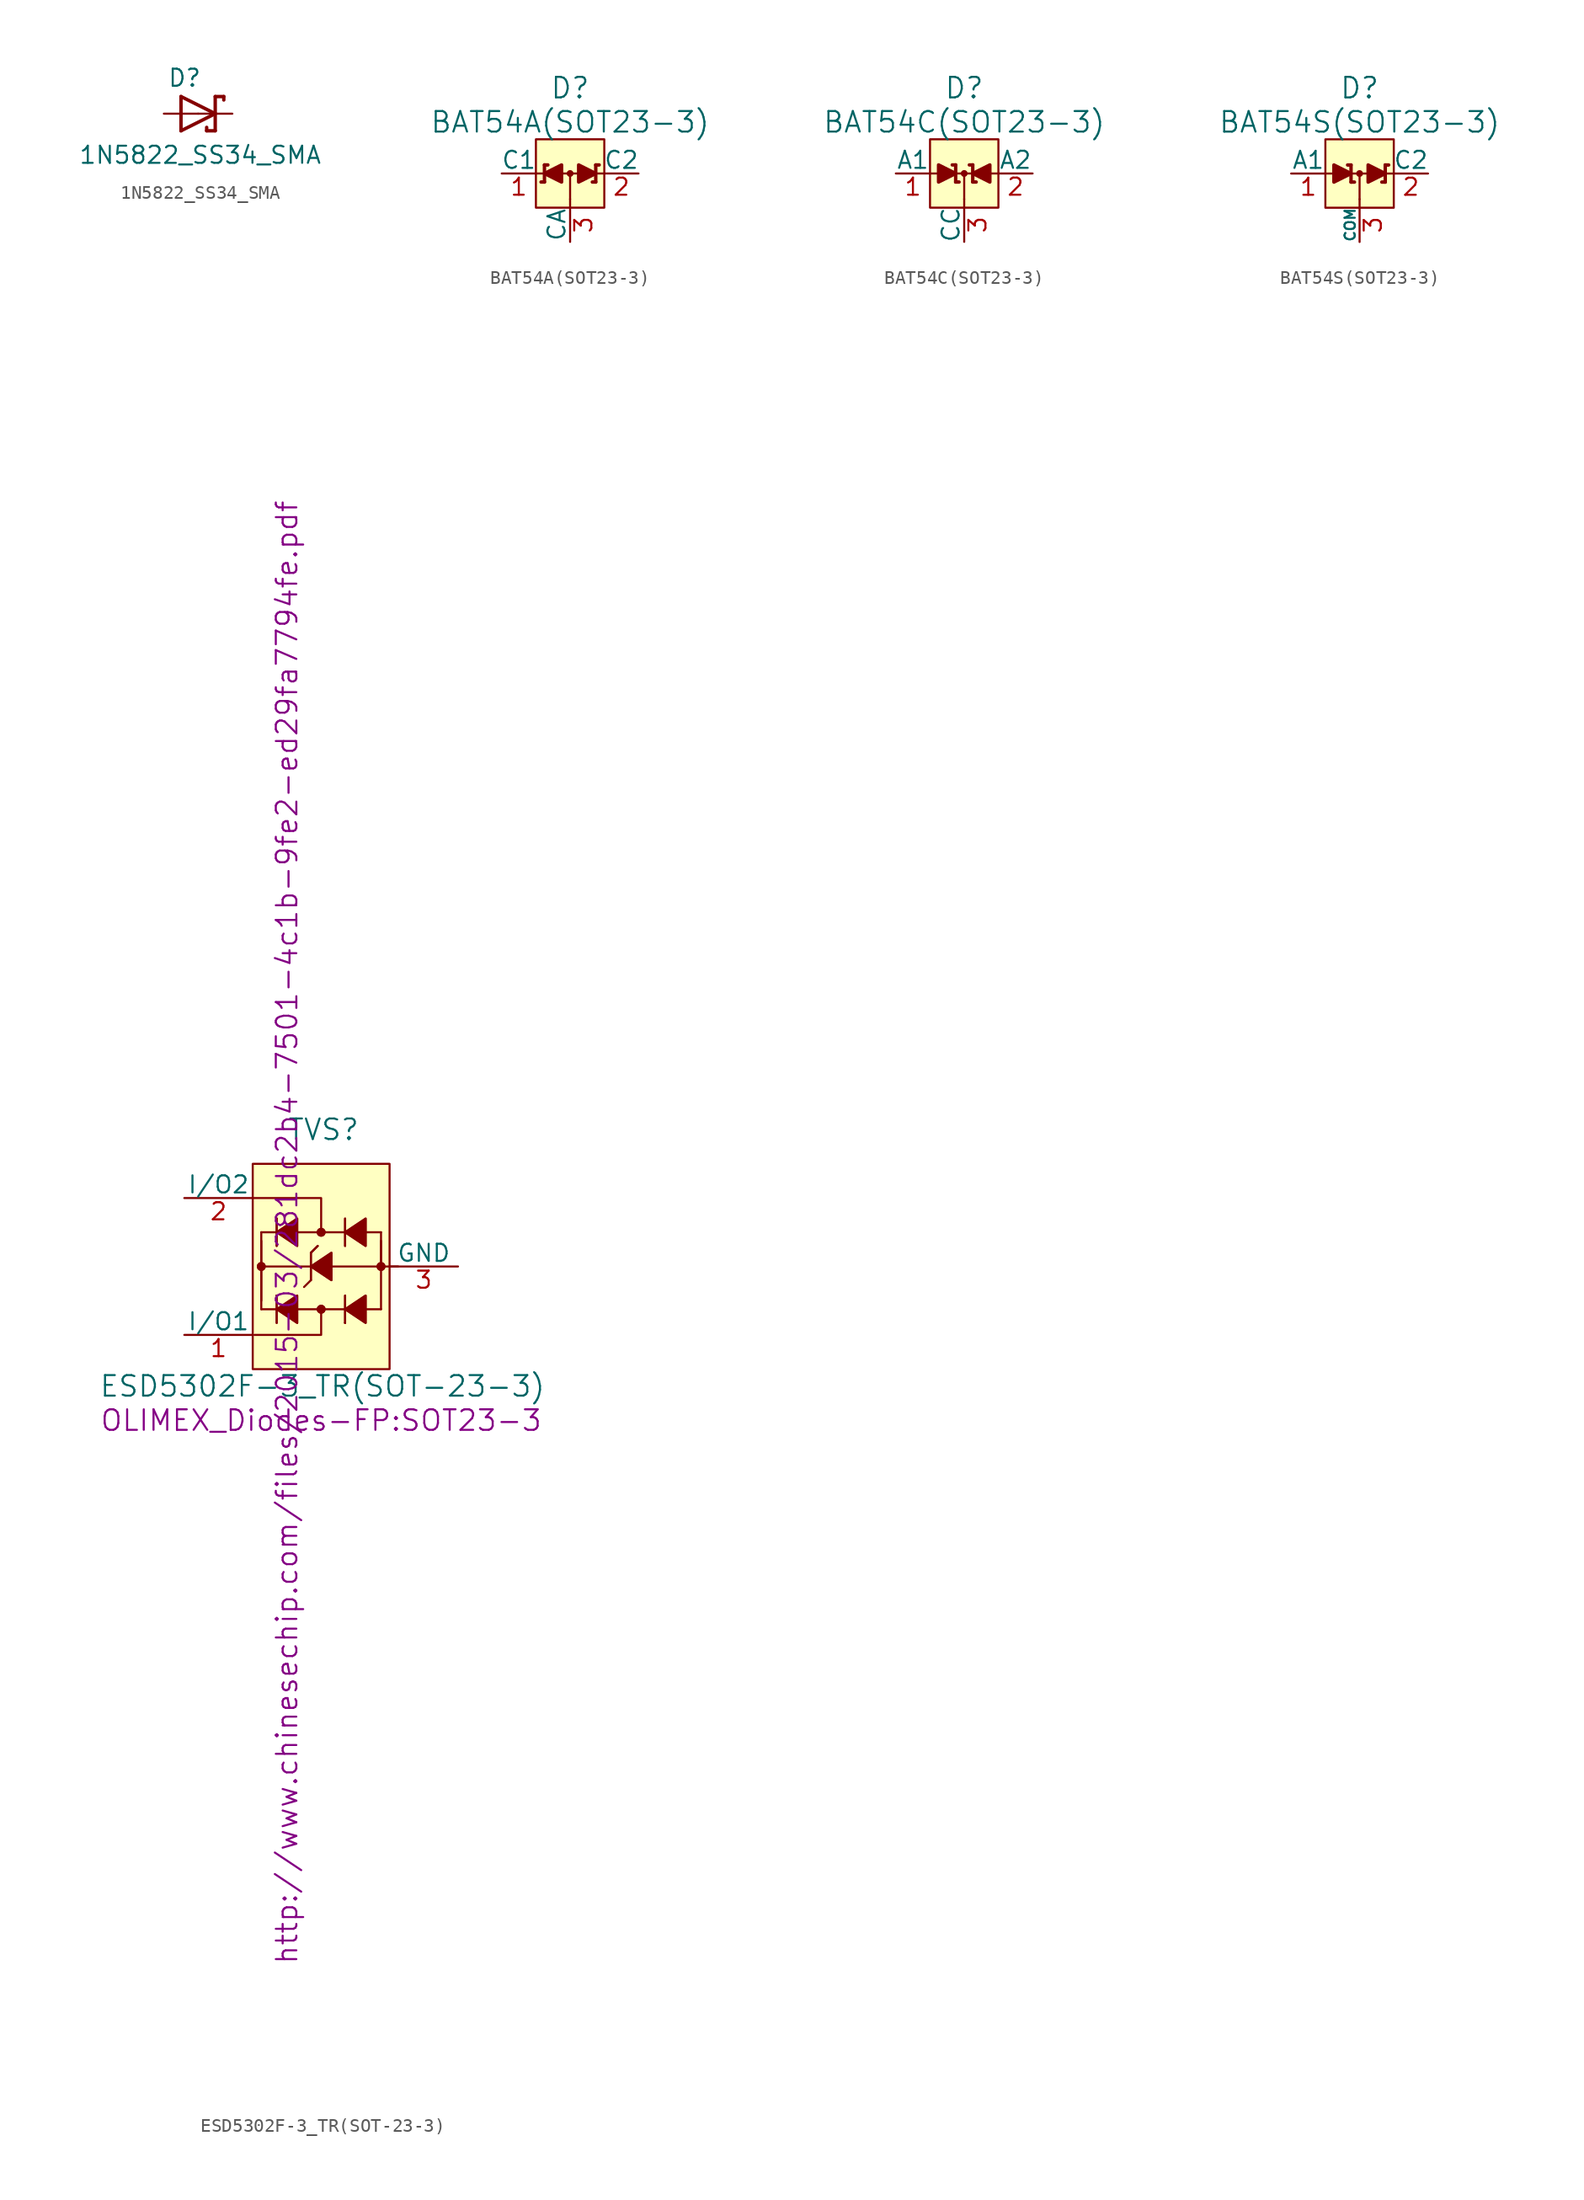
<source format=kicad_sym>
(kicad_symbol_lib
  (version 20211014)
  (generator kicad_symbol_editor)
  (symbol "1N5822_SS34_SMA"
    (pin_numbers hide)
    (pin_names
      (offset 1.016) hide)
    (property "Reference" "D"
      (at -2.286 1.905 0)
      (effects (font (size 1.27 1.27)) (justify left bottom)))
    (property "Value" "1N5822_SS34_SMA"
      (at -8.89 -3.81 0)
      (effects (font (size 1.27 1.27)) (justify left bottom)))
    (property "Datasheet" ""
      (at 0 0 0)
      (effects (font (size 1.524 1.524))))
    (property "ki_locked" ""
      (at 0 0 0)
      (effects (font (size 1.27 1.27))))
    (symbol "1N5822_SS34_SMA_1_0"
      (polyline (pts (xy -1.27 -1.27) (xy 1.27 0)) (stroke (width 0.254) (type default) (color 0 0 0 0)) (fill (type none)))
      (polyline (pts (xy -1.27 1.27) (xy -1.27 -1.27)) (stroke (width 0.254) (type default) (color 0 0 0 0)) (fill (type none)))
      (polyline (pts (xy 0.635 -1.016) (xy 0.635 -1.27)) (stroke (width 0.254) (type default) (color 0 0 0 0)) (fill (type none)))
      (polyline (pts (xy 1.27 -1.27) (xy 0.635 -1.27)) (stroke (width 0.254) (type default) (color 0 0 0 0)) (fill (type none)))
      (polyline (pts (xy 1.27 0) (xy -1.27 1.27)) (stroke (width 0.254) (type default) (color 0 0 0 0)) (fill (type none)))
      (polyline (pts (xy 1.27 0) (xy 1.27 -1.27)) (stroke (width 0.254) (type default) (color 0 0 0 0)) (fill (type none)))
      (polyline (pts (xy 1.27 1.27) (xy 1.27 0)) (stroke (width 0.254) (type default) (color 0 0 0 0)) (fill (type none)))
      (polyline (pts (xy 1.905 1.27) (xy 1.27 1.27)) (stroke (width 0.254) (type default) (color 0 0 0 0)) (fill (type none)))
      (polyline (pts (xy 1.905 1.27) (xy 1.905 1.016)) (stroke (width 0.254) (type default) (color 0 0 0 0)) (fill (type none))))
    (symbol "1N5822_SS34_SMA_1_1"
      (pin passive line (at -2.54 0 0) (length 2.54) (name "A" (effects (font (size 1.27 1.27)))) (number "A" (effects (font (size 1.27 1.27)))))
      (pin passive line (at 2.54 0 180) (length 2.54) (name "C" (effects (font (size 1.27 1.27)))) (number "K" (effects (font (size 1.27 1.27)))))))
  (symbol "BAT54A(SOT23-3)"
    (pin_names
      (offset 0))
    (property "Reference" "D"
      (at 0 6.35 0)
      (effects (font (size 1.524 1.524))))
    (property "Value" "BAT54A(SOT23-3)"
      (at 0 3.81 0)
      (effects (font (size 1.524 1.524))))
    (symbol "BAT54A(SOT23-3)_0_1"
      (polyline (pts (xy -2.54 0) (xy 2.54 0)) (stroke (width 0) (type default) (color 0 0 0 0)) (fill (type none)))
      (polyline (pts (xy -1.905 -0.635) (xy -2.159 -0.635)) (stroke (width 0.254) (type default) (color 0 0 0 0)) (fill (type none)))
      (polyline (pts (xy -1.905 0.635) (xy -1.905 -0.635)) (stroke (width 0.254) (type default) (color 0 0 0 0)) (fill (type none)))
      (polyline (pts (xy -1.651 0.635) (xy -1.905 0.635)) (stroke (width 0.254) (type default) (color 0 0 0 0)) (fill (type none)))
      (polyline (pts (xy 0 -1.905) (xy 0 -2.54)) (stroke (width 0) (type default) (color 0 0 0 0)) (fill (type none)))
      (polyline (pts (xy 0 0) (xy 0 -1.905)) (stroke (width 0) (type default) (color 0 0 0 0)) (fill (type none)))
      (polyline (pts (xy 1.905 -0.635) (xy 1.651 -0.635)) (stroke (width 0.254) (type default) (color 0 0 0 0)) (fill (type none)))
      (polyline (pts (xy 1.905 0.635) (xy 1.905 -0.635)) (stroke (width 0.254) (type default) (color 0 0 0 0)) (fill (type none)))
      (polyline (pts (xy 2.159 0.635) (xy 1.905 0.635)) (stroke (width 0.254) (type default) (color 0 0 0 0)) (fill (type none)))
      (polyline (pts (xy -0.635 0.635) (xy -0.635 -0.635) (xy -1.905 0) (xy -0.635 0.635)) (stroke (width 0.254) (type default) (color 0 0 0 0)) (fill (type outline)))
      (polyline (pts (xy 0.635 0.635) (xy 0.635 -0.635) (xy 1.905 0) (xy 0.635 0.635)) (stroke (width 0.254) (type default) (color 0 0 0 0)) (fill (type outline)))
      (polyline (pts (xy -2.54 2.54) (xy 2.54 2.54) (xy 2.54 -2.54) (xy -2.54 -2.54) (xy -2.54 2.54)) (stroke (width 0) (type default) (color 0 0 0 0)) (fill (type background)))
      (circle (center 0 0) (radius 0.127) (stroke (width 0.254) (type default) (color 0 0 0 0)) (fill (type none))))
    (symbol "BAT54A(SOT23-3)_1_1"
      (pin passive line (at -5.08 0 0) (length 2.54) (name "C1" (effects (font (size 1.27 1.27)))) (number "1" (effects (font (size 1.27 1.27)))))
      (pin passive line (at 5.08 0 180) (length 2.54) (name "C2" (effects (font (size 1.27 1.27)))) (number "2" (effects (font (size 1.27 1.27)))))
      (pin passive line (at 0 -5.08 90) (length 2.54) (name "CA" (effects (font (size 1.27 1.27)))) (number "3" (effects (font (size 1.27 1.27)))))))
  (symbol "BAT54C(SOT23-3)"
    (pin_names
      (offset 0))
    (property "Reference" "D"
      (at 0 6.35 0)
      (effects (font (size 1.524 1.524))))
    (property "Value" "BAT54C(SOT23-3)"
      (at 0 3.81 0)
      (effects (font (size 1.524 1.524))))
    (symbol "BAT54C(SOT23-3)_0_1"
      (polyline (pts (xy -2.54 0) (xy 2.54 0)) (stroke (width 0) (type default) (color 0 0 0 0)) (fill (type none)))
      (polyline (pts (xy -0.889 0.635) (xy -0.635 0.635)) (stroke (width 0.254) (type default) (color 0 0 0 0)) (fill (type none)))
      (polyline (pts (xy -0.635 -0.635) (xy -0.381 -0.635)) (stroke (width 0.254) (type default) (color 0 0 0 0)) (fill (type none)))
      (polyline (pts (xy -0.635 0.635) (xy -0.635 -0.635)) (stroke (width 0.254) (type default) (color 0 0 0 0)) (fill (type none)))
      (polyline (pts (xy 0 -1.905) (xy 0 -2.54)) (stroke (width 0) (type default) (color 0 0 0 0)) (fill (type none)))
      (polyline (pts (xy 0 0) (xy 0 -1.905)) (stroke (width 0) (type default) (color 0 0 0 0)) (fill (type none)))
      (polyline (pts (xy 0.381 0.635) (xy 0.635 0.635)) (stroke (width 0.254) (type default) (color 0 0 0 0)) (fill (type none)))
      (polyline (pts (xy 0.635 -0.635) (xy 0.889 -0.635)) (stroke (width 0.254) (type default) (color 0 0 0 0)) (fill (type none)))
      (polyline (pts (xy 0.635 0.635) (xy 0.635 -0.635)) (stroke (width 0.254) (type default) (color 0 0 0 0)) (fill (type none)))
      (polyline (pts (xy -1.905 0.635) (xy -1.905 -0.635) (xy -0.635 0) (xy -1.905 0.635)) (stroke (width 0.254) (type default) (color 0 0 0 0)) (fill (type outline)))
      (polyline (pts (xy 1.905 0.635) (xy 1.905 -0.635) (xy 0.635 0) (xy 1.905 0.635)) (stroke (width 0.254) (type default) (color 0 0 0 0)) (fill (type outline)))
      (polyline (pts (xy -2.54 2.54) (xy 2.54 2.54) (xy 2.54 -2.54) (xy -2.54 -2.54) (xy -2.54 2.54)) (stroke (width 0) (type default) (color 0 0 0 0)) (fill (type background)))
      (circle (center 0 0) (radius 0.127) (stroke (width 0.254) (type default) (color 0 0 0 0)) (fill (type none))))
    (symbol "BAT54C(SOT23-3)_1_1"
      (pin passive line (at -5.08 0 0) (length 2.54) (name "A1" (effects (font (size 1.27 1.27)))) (number "1" (effects (font (size 1.27 1.27)))))
      (pin passive line (at 5.08 0 180) (length 2.54) (name "A2" (effects (font (size 1.27 1.27)))) (number "2" (effects (font (size 1.27 1.27)))))
      (pin passive line (at 0 -5.08 90) (length 2.54) (name "CC" (effects (font (size 1.27 1.27)))) (number "3" (effects (font (size 1.27 1.27)))))))
  (symbol "BAT54S(SOT23-3)"
    (pin_names
      (offset 0))
    (property "Reference" "D"
      (at 0 6.35 0)
      (effects (font (size 1.524 1.524))))
    (property "Value" "BAT54S(SOT23-3)"
      (at 0 3.81 0)
      (effects (font (size 1.524 1.524))))
    (symbol "BAT54S(SOT23-3)_0_1"
      (polyline (pts (xy -2.54 0) (xy 2.54 0)) (stroke (width 0) (type default) (color 0 0 0 0)) (fill (type none)))
      (polyline (pts (xy -0.889 0.635) (xy -0.635 0.635)) (stroke (width 0.254) (type default) (color 0 0 0 0)) (fill (type none)))
      (polyline (pts (xy -0.635 -0.635) (xy -0.381 -0.635)) (stroke (width 0.254) (type default) (color 0 0 0 0)) (fill (type none)))
      (polyline (pts (xy -0.635 0.635) (xy -0.635 -0.635)) (stroke (width 0.254) (type default) (color 0 0 0 0)) (fill (type none)))
      (polyline (pts (xy 0 -1.905) (xy 0 -2.54)) (stroke (width 0) (type default) (color 0 0 0 0)) (fill (type none)))
      (polyline (pts (xy 0 0) (xy 0 -1.905)) (stroke (width 0) (type default) (color 0 0 0 0)) (fill (type none)))
      (polyline (pts (xy 1.905 -0.635) (xy 1.651 -0.635)) (stroke (width 0.254) (type default) (color 0 0 0 0)) (fill (type none)))
      (polyline (pts (xy 1.905 0.635) (xy 1.905 -0.635)) (stroke (width 0.254) (type default) (color 0 0 0 0)) (fill (type none)))
      (polyline (pts (xy 2.159 0.635) (xy 1.905 0.635)) (stroke (width 0.254) (type default) (color 0 0 0 0)) (fill (type none)))
      (polyline (pts (xy -1.905 0.635) (xy -1.905 -0.635) (xy -0.635 0) (xy -1.905 0.635)) (stroke (width 0.254) (type default) (color 0 0 0 0)) (fill (type outline)))
      (polyline (pts (xy 0.635 0.635) (xy 0.635 -0.635) (xy 1.905 0) (xy 0.635 0.635)) (stroke (width 0.254) (type default) (color 0 0 0 0)) (fill (type outline)))
      (polyline (pts (xy -2.54 2.54) (xy 2.54 2.54) (xy 2.54 -2.54) (xy -2.54 -2.54) (xy -2.54 2.54)) (stroke (width 0) (type default) (color 0 0 0 0)) (fill (type background)))
      (circle (center 0 0) (radius 0.127) (stroke (width 0.254) (type default) (color 0 0 0 0)) (fill (type none))))
    (symbol "BAT54S(SOT23-3)_1_1"
      (pin passive line (at -5.08 0 0) (length 2.54) (name "A1" (effects (font (size 1.27 1.27)))) (number "1" (effects (font (size 1.27 1.27)))))
      (pin passive line (at 5.08 0 180) (length 2.54) (name "C2" (effects (font (size 1.27 1.27)))) (number "2" (effects (font (size 1.27 1.27)))))
      (pin passive line (at 0 -5.08 90) (length 2.54) (name "COM" (effects (font (size 0.762 0.762)))) (number "3" (effects (font (size 1.27 1.27)))))))
  (symbol "ESD5302F-3_TR(SOT-23-3)"
    (pin_names
      (offset 0))
    (property "Reference" "TVS"
      (at -2.54 10.16 0)
      (effects (font (size 1.524 1.524)) (justify left)))
    (property "Value" "ESD5302F-3_TR(SOT-23-3)"
      (at -16.51 -8.89 0)
      (effects (font (size 1.524 1.524)) (justify left)))
    (property "Footprint" "OLIMEX_Diodes-FP:SOT23-3"
      (at 0 -11.43 0)
      (effects (font (size 1.524 1.524))))
    (property "Datasheet" "http://www.chinesechip.com/files/2015-03/281dc2b4-7501-4c1b-9fe2-ed29fa7794fe.pdf"
      (at -2.54 2.54 90)
      (effects (font (size 1.524 1.524))))
    (symbol "ESD5302F-3_TR(SOT-23-3)_0_1"
      (rectangle (start -5.08 7.62) (end 5.08 -7.62) (stroke (width 0) (type default) (color 0 0 0 0)) (fill (type background)))
      (circle (center -4.445 0) (radius 0.254) (stroke (width 0) (type default) (color 0 0 0 0)) (fill (type outline)))
      (circle (center -4.445 0) (radius 0.254) (stroke (width 0) (type default) (color 0 0 0 0)) (fill (type outline)))
      (circle (center 0 -3.175) (radius 0.254) (stroke (width 0) (type default) (color 0 0 0 0)) (fill (type outline)))
      (circle (center 0 -3.175) (radius 0.254) (stroke (width 0) (type default) (color 0 0 0 0)) (fill (type outline)))
      (polyline (pts (xy -4.445 -2.54) (xy -4.445 2.54)) (stroke (width 0) (type default) (color 0 0 0 0)) (fill (type none)))
      (polyline (pts (xy -4.445 1.905) (xy -4.445 -3.175)) (stroke (width 0) (type default) (color 0 0 0 0)) (fill (type none)))
      (polyline (pts (xy -4.445 2.54) (xy 3.175 2.54)) (stroke (width 0) (type default) (color 0 0 0 0)) (fill (type none)))
      (polyline (pts (xy -3.302 -4.191) (xy -3.302 -2.159)) (stroke (width 0) (type default) (color 0 0 0 0)) (fill (type none)))
      (polyline (pts (xy -3.302 -4.191) (xy -3.302 -2.159)) (stroke (width 0) (type default) (color 0 0 0 0)) (fill (type none)))
      (polyline (pts (xy -3.302 -2.159) (xy -3.302 -2.159)) (stroke (width 0) (type default) (color 0 0 0 0)) (fill (type none)))
      (polyline (pts (xy -3.302 -2.159) (xy -3.302 -2.159)) (stroke (width 0) (type default) (color 0 0 0 0)) (fill (type none)))
      (polyline (pts (xy -3.302 1.524) (xy -3.302 3.556)) (stroke (width 0) (type default) (color 0 0 0 0)) (fill (type none)))
      (polyline (pts (xy -3.302 1.524) (xy -3.302 3.556)) (stroke (width 0) (type default) (color 0 0 0 0)) (fill (type none)))
      (polyline (pts (xy -3.302 3.556) (xy -3.302 3.556)) (stroke (width 0) (type default) (color 0 0 0 0)) (fill (type none)))
      (polyline (pts (xy -3.302 3.556) (xy -3.302 3.556)) (stroke (width 0) (type default) (color 0 0 0 0)) (fill (type none)))
      (polyline (pts (xy -0.762 -1.016) (xy -1.27 -1.524)) (stroke (width 0) (type default) (color 0 0 0 0)) (fill (type none)))
      (polyline (pts (xy -0.762 -1.016) (xy -0.762 1.016)) (stroke (width 0) (type default) (color 0 0 0 0)) (fill (type none)))
      (polyline (pts (xy -0.762 -1.016) (xy -0.762 1.016)) (stroke (width 0) (type default) (color 0 0 0 0)) (fill (type none)))
      (polyline (pts (xy -0.762 1.016) (xy -0.762 1.016)) (stroke (width 0) (type default) (color 0 0 0 0)) (fill (type none)))
      (polyline (pts (xy -0.762 1.016) (xy -0.762 1.016)) (stroke (width 0) (type default) (color 0 0 0 0)) (fill (type none)))
      (polyline (pts (xy -0.762 1.016) (xy -0.254 1.524)) (stroke (width 0) (type default) (color 0 0 0 0)) (fill (type none)))
      (polyline (pts (xy -0.762 1.016) (xy -0.254 1.524)) (stroke (width 0) (type default) (color 0 0 0 0)) (fill (type none)))
      (polyline (pts (xy 1.778 -4.191) (xy 1.778 -4.191)) (stroke (width 0) (type default) (color 0 0 0 0)) (fill (type none)))
      (polyline (pts (xy 1.778 -4.191) (xy 1.778 -4.191)) (stroke (width 0) (type default) (color 0 0 0 0)) (fill (type none)))
      (polyline (pts (xy 1.778 -2.159) (xy 1.778 -4.191)) (stroke (width 0) (type default) (color 0 0 0 0)) (fill (type none)))
      (polyline (pts (xy 1.778 -2.159) (xy 1.778 -4.191)) (stroke (width 0) (type default) (color 0 0 0 0)) (fill (type none)))
      (polyline (pts (xy 1.778 3.556) (xy 1.778 1.524)) (stroke (width 0) (type default) (color 0 0 0 0)) (fill (type none)))
      (polyline (pts (xy 1.778 3.556) (xy 1.778 1.524)) (stroke (width 0) (type default) (color 0 0 0 0)) (fill (type none)))
      (polyline (pts (xy 3.175 -3.175) (xy -4.445 -3.175)) (stroke (width 0) (type default) (color 0 0 0 0)) (fill (type none)))
      (polyline (pts (xy 3.175 -3.175) (xy 4.445 -3.175)) (stroke (width 0) (type default) (color 0 0 0 0)) (fill (type none)))
      (polyline (pts (xy 3.175 2.54) (xy 4.445 2.54)) (stroke (width 0) (type default) (color 0 0 0 0)) (fill (type none)))
      (polyline (pts (xy 4.445 0) (xy -4.445 0)) (stroke (width 0) (type default) (color 0 0 0 0)) (fill (type none)))
      (polyline (pts (xy 4.445 0) (xy 5.715 0)) (stroke (width 0) (type default) (color 0 0 0 0)) (fill (type none)))
      (polyline (pts (xy 4.445 1.905) (xy 4.445 -3.175)) (stroke (width 0) (type default) (color 0 0 0 0)) (fill (type none)))
      (polyline (pts (xy 4.445 2.54) (xy 4.445 0)) (stroke (width 0) (type default) (color 0 0 0 0)) (fill (type none)))
      (polyline (pts (xy -5.08 5.08) (xy 0 5.08) (xy 0 2.54)) (stroke (width 0) (type default) (color 0 0 0 0)) (fill (type none)))
      (polyline (pts (xy 0 -3.175) (xy 0 -5.08) (xy -4.953 -5.08)) (stroke (width 0) (type default) (color 0 0 0 0)) (fill (type none)))
      (polyline (pts (xy -1.778 -4.191) (xy -3.302 -3.175) (xy -1.778 -2.159) (xy -1.778 -4.191)) (stroke (width 0) (type default) (color 0 0 0 0)) (fill (type outline)))
      (polyline (pts (xy -1.778 -4.191) (xy -3.302 -3.175) (xy -1.778 -2.159) (xy -1.778 -4.191)) (stroke (width 0) (type default) (color 0 0 0 0)) (fill (type outline)))
      (polyline (pts (xy -1.778 1.524) (xy -3.302 2.54) (xy -1.778 3.556) (xy -1.778 1.524)) (stroke (width 0) (type default) (color 0 0 0 0)) (fill (type outline)))
      (polyline (pts (xy -1.778 1.524) (xy -3.302 2.54) (xy -1.778 3.556) (xy -1.778 1.524)) (stroke (width 0) (type default) (color 0 0 0 0)) (fill (type outline)))
      (polyline (pts (xy 0.762 -1.016) (xy -0.762 0) (xy 0.762 1.016) (xy 0.762 -1.016)) (stroke (width 0) (type default) (color 0 0 0 0)) (fill (type outline)))
      (polyline (pts (xy 0.762 -1.016) (xy -0.762 0) (xy 0.762 1.016) (xy 0.762 -1.016)) (stroke (width 0) (type default) (color 0 0 0 0)) (fill (type outline)))
      (polyline (pts (xy 3.302 -2.159) (xy 1.778 -3.175) (xy 3.302 -4.191) (xy 3.302 -2.159)) (stroke (width 0) (type default) (color 0 0 0 0)) (fill (type outline)))
      (polyline (pts (xy 3.302 -2.159) (xy 1.778 -3.175) (xy 3.302 -4.191) (xy 3.302 -2.159)) (stroke (width 0) (type default) (color 0 0 0 0)) (fill (type outline)))
      (polyline (pts (xy 3.302 3.556) (xy 1.778 2.54) (xy 3.302 1.524) (xy 3.302 3.556)) (stroke (width 0) (type default) (color 0 0 0 0)) (fill (type outline)))
      (polyline (pts (xy 3.302 3.556) (xy 1.778 2.54) (xy 3.302 1.524) (xy 3.302 3.556)) (stroke (width 0) (type default) (color 0 0 0 0)) (fill (type outline)))
      (circle (center 0 0) (radius 0.254) (stroke (width 0) (type default) (color 0 0 0 0)) (fill (type outline)))
      (circle (center 0 0) (radius 0.254) (stroke (width 0) (type default) (color 0 0 0 0)) (fill (type outline)))
      (circle (center 0 2.54) (radius 0.254) (stroke (width 0) (type default) (color 0 0 0 0)) (fill (type outline)))
      (circle (center 0 2.54) (radius 0.254) (stroke (width 0) (type default) (color 0 0 0 0)) (fill (type outline)))
      (circle (center 4.445 0) (radius 0.254) (stroke (width 0) (type default) (color 0 0 0 0)) (fill (type outline)))
      (circle (center 4.445 0) (radius 0.254) (stroke (width 0) (type default) (color 0 0 0 0)) (fill (type outline))))
    (symbol "ESD5302F-3_TR(SOT-23-3)_1_1"
      (pin passive line (at -10.16 -5.08 0) (length 5.08) (name "I/O1" (effects (font (size 1.27 1.27)))) (number "1" (effects (font (size 1.27 1.27)))))
      (pin passive line (at -10.16 5.08 0) (length 5.08) (name "I/O2" (effects (font (size 1.27 1.27)))) (number "2" (effects (font (size 1.27 1.27)))))
      (pin passive line (at 10.16 0 180) (length 5.08) (name "GND" (effects (font (size 1.27 1.27)))) (number "3" (effects (font (size 1.27 1.27))))))))
</source>
